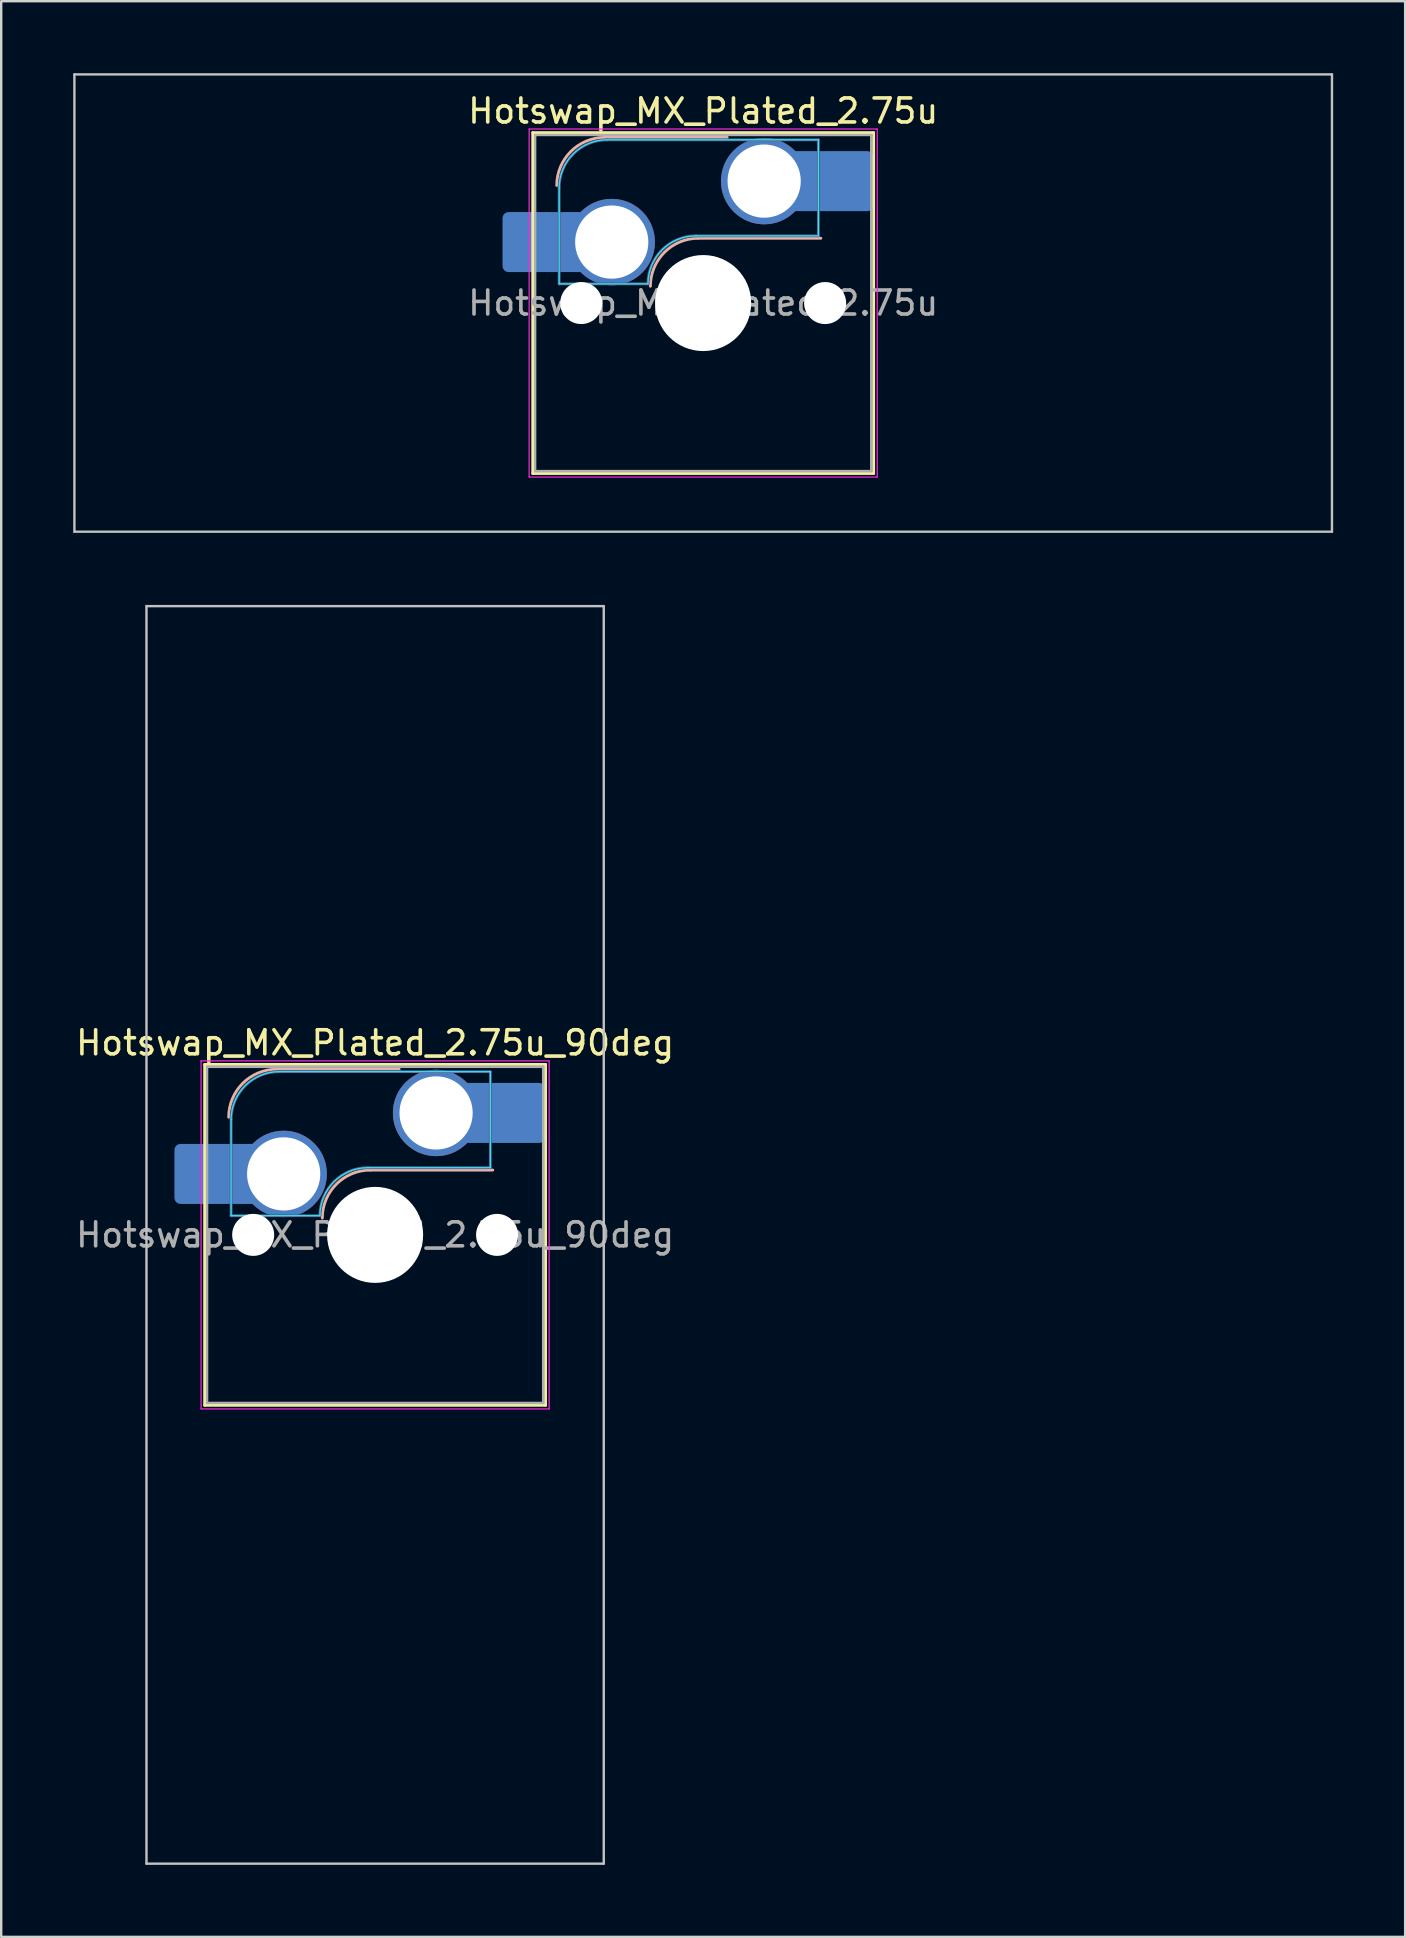
<source format=kicad_pcb>
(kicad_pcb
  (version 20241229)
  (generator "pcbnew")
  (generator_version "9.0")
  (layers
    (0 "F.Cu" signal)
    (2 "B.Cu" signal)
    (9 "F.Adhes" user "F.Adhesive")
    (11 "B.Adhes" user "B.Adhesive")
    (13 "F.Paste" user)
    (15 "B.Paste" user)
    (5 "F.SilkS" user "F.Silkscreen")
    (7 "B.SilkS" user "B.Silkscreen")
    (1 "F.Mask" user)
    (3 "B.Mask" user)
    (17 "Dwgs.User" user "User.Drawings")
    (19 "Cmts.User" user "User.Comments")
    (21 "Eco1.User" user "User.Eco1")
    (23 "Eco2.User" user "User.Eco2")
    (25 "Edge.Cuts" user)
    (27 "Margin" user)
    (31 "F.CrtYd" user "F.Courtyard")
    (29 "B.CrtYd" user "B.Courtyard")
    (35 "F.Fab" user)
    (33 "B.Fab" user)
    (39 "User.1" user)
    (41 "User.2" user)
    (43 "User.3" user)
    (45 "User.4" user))
  (footprint "Hotswap_MX_Plated_2.75u_90deg"
    (layer "F.Cu")
    (at 12.577 48.394)
    (property "Reference" "Hotswap_MX_Plated_2.75u_90deg" (at 0 -8 0) (layer "F.SilkS") (effects (font (size 1 1) (thickness 0.15))))
    (attr smd)
    (fp_line (start -7.1 -7.1) (end -7.1 7.1) (stroke (width 0.12) (type solid)) (layer "F.SilkS"))
    (fp_line (start -7.1 7.1) (end 7.1 7.1) (stroke (width 0.12) (type solid)) (layer "F.SilkS"))
    (fp_line (start 7.1 -7.1) (end -7.1 -7.1) (stroke (width 0.12) (type solid)) (layer "F.SilkS"))
    (fp_line (start 7.1 7.1) (end 7.1 -7.1) (stroke (width 0.12) (type solid)) (layer "F.SilkS"))
    (fp_line (start -4.1 -6.9) (end 1 -6.9) (stroke (width 0.12) (type solid)) (layer "B.SilkS"))
    (fp_line (start -0.2 -2.7) (end 4.9 -2.7) (stroke (width 0.12) (type solid)) (layer "B.SilkS"))
    (fp_arc (start -6.1 -4.9) (mid -5.514214 -6.314214) (end -4.1 -6.9) (stroke (width 0.12) (type solid)) (layer "B.SilkS"))
    (fp_arc (start -2.2 -0.7) (mid -1.614214 -2.114214) (end -0.2 -2.7) (stroke (width 0.12) (type solid)) (layer "B.SilkS"))
    (fp_line (start -9.525 -26.194) (end 9.525 -26.194) (stroke (width 0.1) (type solid)) (layer "Dwgs.User"))
    (fp_line (start -9.525 26.194) (end -9.525 -26.194) (stroke (width 0.1) (type solid)) (layer "Dwgs.User"))
    (fp_line (start 9.525 -26.194) (end 9.525 26.194) (stroke (width 0.1) (type solid)) (layer "Dwgs.User"))
    (fp_line (start 9.525 26.194) (end -9.525 26.194) (stroke (width 0.1) (type solid)) (layer "Dwgs.User"))
    (fp_line (start -7.8 -6) (end -7 -6) (stroke (width 0.1) (type solid)) (layer "Eco1.User"))
    (fp_line (start -7.8 -2.9) (end -7.8 -6) (stroke (width 0.1) (type solid)) (layer "Eco1.User"))
    (fp_line (start -7.8 2.9) (end -7 2.9) (stroke (width 0.1) (type solid)) (layer "Eco1.User"))
    (fp_line (start -7.8 6) (end -7.8 2.9) (stroke (width 0.1) (type solid)) (layer "Eco1.User"))
    (fp_line (start -7 -7) (end 7 -7) (stroke (width 0.1) (type solid)) (layer "Eco1.User"))
    (fp_line (start -7 -6) (end -7 -7) (stroke (width 0.1) (type solid)) (layer "Eco1.User"))
    (fp_line (start -7 -2.9) (end -7.8 -2.9) (stroke (width 0.1) (type solid)) (layer "Eco1.User"))
    (fp_line (start -7 2.9) (end -7 -2.9) (stroke (width 0.1) (type solid)) (layer "Eco1.User"))
    (fp_line (start -7 6) (end -7.8 6) (stroke (width 0.1) (type solid)) (layer "Eco1.User"))
    (fp_line (start -7 7) (end -7 6) (stroke (width 0.1) (type solid)) (layer "Eco1.User"))
    (fp_line (start 7 -7) (end 7 -6) (stroke (width 0.1) (type solid)) (layer "Eco1.User"))
    (fp_line (start 7 -6) (end 7.8 -6) (stroke (width 0.1) (type solid)) (layer "Eco1.User"))
    (fp_line (start 7 -2.9) (end 7 2.9) (stroke (width 0.1) (type solid)) (layer "Eco1.User"))
    (fp_line (start 7 2.9) (end 7.8 2.9) (stroke (width 0.1) (type solid)) (layer "Eco1.User"))
    (fp_line (start 7 6) (end 7 7) (stroke (width 0.1) (type solid)) (layer "Eco1.User"))
    (fp_line (start 7 7) (end -7 7) (stroke (width 0.1) (type solid)) (layer "Eco1.User"))
    (fp_line (start 7.8 -6) (end 7.8 -2.9) (stroke (width 0.1) (type solid)) (layer "Eco1.User"))
    (fp_line (start 7.8 -2.9) (end 7 -2.9) (stroke (width 0.1) (type solid)) (layer "Eco1.User"))
    (fp_line (start 7.8 2.9) (end 7.8 6) (stroke (width 0.1) (type solid)) (layer "Eco1.User"))
    (fp_line (start 7.8 6) (end 7 6) (stroke (width 0.1) (type solid)) (layer "Eco1.User"))
    (fp_line (start -6 -0.8) (end -6 -4.8) (stroke (width 0.05) (type solid)) (layer "B.CrtYd"))
    (fp_line (start -6 -0.8) (end -2.3 -0.8) (stroke (width 0.05) (type solid)) (layer "B.CrtYd"))
    (fp_line (start -4 -6.8) (end 4.8 -6.8) (stroke (width 0.05) (type solid)) (layer "B.CrtYd"))
    (fp_line (start -0.3 -2.8) (end 4.8 -2.8) (stroke (width 0.05) (type solid)) (layer "B.CrtYd"))
    (fp_line (start 4.8 -6.8) (end 4.8 -2.8) (stroke (width 0.05) (type solid)) (layer "B.CrtYd"))
    (fp_arc (start -6 -4.8) (mid -5.414214 -6.214214) (end -4 -6.8) (stroke (width 0.05) (type solid)) (layer "B.CrtYd"))
    (fp_arc (start -2.3 -0.8) (mid -1.714214 -2.214214) (end -0.3 -2.8) (stroke (width 0.05) (type solid)) (layer "B.CrtYd"))
    (fp_line (start -7.25 -7.25) (end -7.25 7.25) (stroke (width 0.05) (type solid)) (layer "F.CrtYd"))
    (fp_line (start -7.25 7.25) (end 7.25 7.25) (stroke (width 0.05) (type solid)) (layer "F.CrtYd"))
    (fp_line (start 7.25 -7.25) (end -7.25 -7.25) (stroke (width 0.05) (type solid)) (layer "F.CrtYd"))
    (fp_line (start 7.25 7.25) (end 7.25 -7.25) (stroke (width 0.05) (type solid)) (layer "F.CrtYd"))
    (fp_line (start -6 -0.8) (end -6 -4.8) (stroke (width 0.12) (type solid)) (layer "B.Fab"))
    (fp_line (start -6 -0.8) (end -2.3 -0.8) (stroke (width 0.12) (type solid)) (layer "B.Fab"))
    (fp_line (start -4 -6.8) (end 4.8 -6.8) (stroke (width 0.12) (type solid)) (layer "B.Fab"))
    (fp_line (start -0.3 -2.8) (end 4.8 -2.8) (stroke (width 0.12) (type solid)) (layer "B.Fab"))
    (fp_line (start 4.8 -6.8) (end 4.8 -2.8) (stroke (width 0.12) (type solid)) (layer "B.Fab"))
    (fp_arc (start -6 -4.8) (mid -5.414214 -6.214214) (end -4 -6.8) (stroke (width 0.12) (type solid)) (layer "B.Fab"))
    (fp_arc (start -2.3 -0.8) (mid -1.714214 -2.214214) (end -0.3 -2.8) (stroke (width 0.12) (type solid)) (layer "B.Fab"))
    (fp_line (start -7 -7) (end -7 7) (stroke (width 0.1) (type solid)) (layer "F.Fab"))
    (fp_line (start -7 7) (end 7 7) (stroke (width 0.1) (type solid)) (layer "F.Fab"))
    (fp_line (start 7 -7) (end -7 -7) (stroke (width 0.1) (type solid)) (layer "F.Fab"))
    (fp_line (start 7 7) (end 7 -7) (stroke (width 0.1) (type solid)) (layer "F.Fab"))
    (fp_text user "${REFERENCE}" (at 0 0 0) (layer "F.Fab") (effects (font (size 1 1) (thickness 0.15))))
    (pad "" smd roundrect (at -7.085 -2.54) (size 2.55 2.5) (layers "B.Mask" "B.Paste") (roundrect_rratio 0.1))
    (pad "" np_thru_hole circle (at -5.08 0) (size 1.75 1.75) (drill 1.75) (layers "*.Cu" "*.Mask"))
    (pad "" np_thru_hole circle (at 0 0) (size 4 4) (drill 4) (layers "*.Cu" "*.Mask"))
    (pad "" np_thru_hole circle (at 5.08 0) (size 1.75 1.75) (drill 1.75) (layers "*.Cu" "*.Mask"))
    (pad "" smd roundrect (at 5.842 -5.08) (size 2.55 2.5) (layers "B.Mask" "B.Paste") (roundrect_rratio 0.1))
    (pad "1" smd roundrect (at -6.585 -2.54) (size 3.55 2.5) (layers "B.Cu") (roundrect_rratio 0.1))
    (pad "1" thru_hole circle (at -3.81 -2.54) (size 3.6 3.6) (drill 3.05) (layers "*.Cu" "*.Mask"))
    (pad "2" thru_hole circle (at 2.54 -5.08) (size 3.6 3.6) (drill 3.05) (layers "*.Cu" "*.Mask"))
    (pad "2" smd roundrect (at 5.32 -5.08) (size 3.55 2.5) (layers "B.Cu") (roundrect_rratio 0.1)))
  (footprint "Hotswap_MX_Plated_2.75u"
    (layer "F.Cu")
    (at 26.244 9.575)
    (property "Reference" "Hotswap_MX_Plated_2.75u" (at 0 -8 0) (layer "F.SilkS") (effects (font (size 1 1) (thickness 0.15))))
    (attr smd)
    (fp_line (start -7.1 -7.1) (end -7.1 7.1) (stroke (width 0.12) (type solid)) (layer "F.SilkS"))
    (fp_line (start -7.1 7.1) (end 7.1 7.1) (stroke (width 0.12) (type solid)) (layer "F.SilkS"))
    (fp_line (start 7.1 -7.1) (end -7.1 -7.1) (stroke (width 0.12) (type solid)) (layer "F.SilkS"))
    (fp_line (start 7.1 7.1) (end 7.1 -7.1) (stroke (width 0.12) (type solid)) (layer "F.SilkS"))
    (fp_line (start -4.1 -6.9) (end 1 -6.9) (stroke (width 0.12) (type solid)) (layer "B.SilkS"))
    (fp_line (start -0.2 -2.7) (end 4.9 -2.7) (stroke (width 0.12) (type solid)) (layer "B.SilkS"))
    (fp_arc (start -6.1 -4.9) (mid -5.514214 -6.314214) (end -4.1 -6.9) (stroke (width 0.12) (type solid)) (layer "B.SilkS"))
    (fp_arc (start -2.2 -0.7) (mid -1.614214 -2.114214) (end -0.2 -2.7) (stroke (width 0.12) (type solid)) (layer "B.SilkS"))
    (fp_line (start -26.194 -9.525) (end -26.194 9.525) (stroke (width 0.1) (type solid)) (layer "Dwgs.User"))
    (fp_line (start -26.194 9.525) (end 26.194 9.525) (stroke (width 0.1) (type solid)) (layer "Dwgs.User"))
    (fp_line (start 26.194 -9.525) (end -26.194 -9.525) (stroke (width 0.1) (type solid)) (layer "Dwgs.User"))
    (fp_line (start 26.194 9.525) (end 26.194 -9.525) (stroke (width 0.1) (type solid)) (layer "Dwgs.User"))
    (fp_line (start -7.8 -6) (end -7 -6) (stroke (width 0.1) (type solid)) (layer "Eco1.User"))
    (fp_line (start -7.8 -2.9) (end -7.8 -6) (stroke (width 0.1) (type solid)) (layer "Eco1.User"))
    (fp_line (start -7.8 2.9) (end -7 2.9) (stroke (width 0.1) (type solid)) (layer "Eco1.User"))
    (fp_line (start -7.8 6) (end -7.8 2.9) (stroke (width 0.1) (type solid)) (layer "Eco1.User"))
    (fp_line (start -7 -7) (end 7 -7) (stroke (width 0.1) (type solid)) (layer "Eco1.User"))
    (fp_line (start -7 -6) (end -7 -7) (stroke (width 0.1) (type solid)) (layer "Eco1.User"))
    (fp_line (start -7 -2.9) (end -7.8 -2.9) (stroke (width 0.1) (type solid)) (layer "Eco1.User"))
    (fp_line (start -7 2.9) (end -7 -2.9) (stroke (width 0.1) (type solid)) (layer "Eco1.User"))
    (fp_line (start -7 6) (end -7.8 6) (stroke (width 0.1) (type solid)) (layer "Eco1.User"))
    (fp_line (start -7 7) (end -7 6) (stroke (width 0.1) (type solid)) (layer "Eco1.User"))
    (fp_line (start 7 -7) (end 7 -6) (stroke (width 0.1) (type solid)) (layer "Eco1.User"))
    (fp_line (start 7 -6) (end 7.8 -6) (stroke (width 0.1) (type solid)) (layer "Eco1.User"))
    (fp_line (start 7 -2.9) (end 7 2.9) (stroke (width 0.1) (type solid)) (layer "Eco1.User"))
    (fp_line (start 7 2.9) (end 7.8 2.9) (stroke (width 0.1) (type solid)) (layer "Eco1.User"))
    (fp_line (start 7 6) (end 7 7) (stroke (width 0.1) (type solid)) (layer "Eco1.User"))
    (fp_line (start 7 7) (end -7 7) (stroke (width 0.1) (type solid)) (layer "Eco1.User"))
    (fp_line (start 7.8 -6) (end 7.8 -2.9) (stroke (width 0.1) (type solid)) (layer "Eco1.User"))
    (fp_line (start 7.8 -2.9) (end 7 -2.9) (stroke (width 0.1) (type solid)) (layer "Eco1.User"))
    (fp_line (start 7.8 2.9) (end 7.8 6) (stroke (width 0.1) (type solid)) (layer "Eco1.User"))
    (fp_line (start 7.8 6) (end 7 6) (stroke (width 0.1) (type solid)) (layer "Eco1.User"))
    (fp_line (start -6 -0.8) (end -6 -4.8) (stroke (width 0.05) (type solid)) (layer "B.CrtYd"))
    (fp_line (start -6 -0.8) (end -2.3 -0.8) (stroke (width 0.05) (type solid)) (layer "B.CrtYd"))
    (fp_line (start -4 -6.8) (end 4.8 -6.8) (stroke (width 0.05) (type solid)) (layer "B.CrtYd"))
    (fp_line (start -0.3 -2.8) (end 4.8 -2.8) (stroke (width 0.05) (type solid)) (layer "B.CrtYd"))
    (fp_line (start 4.8 -6.8) (end 4.8 -2.8) (stroke (width 0.05) (type solid)) (layer "B.CrtYd"))
    (fp_arc (start -6 -4.8) (mid -5.414214 -6.214214) (end -4 -6.8) (stroke (width 0.05) (type solid)) (layer "B.CrtYd"))
    (fp_arc (start -2.3 -0.8) (mid -1.714214 -2.214214) (end -0.3 -2.8) (stroke (width 0.05) (type solid)) (layer "B.CrtYd"))
    (fp_line (start -7.25 -7.25) (end -7.25 7.25) (stroke (width 0.05) (type solid)) (layer "F.CrtYd"))
    (fp_line (start -7.25 7.25) (end 7.25 7.25) (stroke (width 0.05) (type solid)) (layer "F.CrtYd"))
    (fp_line (start 7.25 -7.25) (end -7.25 -7.25) (stroke (width 0.05) (type solid)) (layer "F.CrtYd"))
    (fp_line (start 7.25 7.25) (end 7.25 -7.25) (stroke (width 0.05) (type solid)) (layer "F.CrtYd"))
    (fp_line (start -6 -0.8) (end -6 -4.8) (stroke (width 0.12) (type solid)) (layer "B.Fab"))
    (fp_line (start -6 -0.8) (end -2.3 -0.8) (stroke (width 0.12) (type solid)) (layer "B.Fab"))
    (fp_line (start -4 -6.8) (end 4.8 -6.8) (stroke (width 0.12) (type solid)) (layer "B.Fab"))
    (fp_line (start -0.3 -2.8) (end 4.8 -2.8) (stroke (width 0.12) (type solid)) (layer "B.Fab"))
    (fp_line (start 4.8 -6.8) (end 4.8 -2.8) (stroke (width 0.12) (type solid)) (layer "B.Fab"))
    (fp_arc (start -6 -4.8) (mid -5.414214 -6.214214) (end -4 -6.8) (stroke (width 0.12) (type solid)) (layer "B.Fab"))
    (fp_arc (start -2.3 -0.8) (mid -1.714214 -2.214214) (end -0.3 -2.8) (stroke (width 0.12) (type solid)) (layer "B.Fab"))
    (fp_line (start -7 -7) (end -7 7) (stroke (width 0.1) (type solid)) (layer "F.Fab"))
    (fp_line (start -7 7) (end 7 7) (stroke (width 0.1) (type solid)) (layer "F.Fab"))
    (fp_line (start 7 -7) (end -7 -7) (stroke (width 0.1) (type solid)) (layer "F.Fab"))
    (fp_line (start 7 7) (end 7 -7) (stroke (width 0.1) (type solid)) (layer "F.Fab"))
    (fp_text user "${REFERENCE}" (at 0 0 0) (layer "F.Fab") (effects (font (size 1 1) (thickness 0.15))))
    (pad "" smd roundrect (at -7.085 -2.54) (size 2.55 2.5) (layers "B.Mask" "B.Paste") (roundrect_rratio 0.1))
    (pad "" np_thru_hole circle (at -5.08 0) (size 1.75 1.75) (drill 1.75) (layers "*.Cu" "*.Mask"))
    (pad "" np_thru_hole circle (at 0 0) (size 4 4) (drill 4) (layers "*.Cu" "*.Mask"))
    (pad "" np_thru_hole circle (at 5.08 0) (size 1.75 1.75) (drill 1.75) (layers "*.Cu" "*.Mask"))
    (pad "" smd roundrect (at 5.842 -5.08) (size 2.55 2.5) (layers "B.Mask" "B.Paste") (roundrect_rratio 0.1))
    (pad "1" smd roundrect (at -6.585 -2.54) (size 3.55 2.5) (layers "B.Cu") (roundrect_rratio 0.1))
    (pad "1" thru_hole circle (at -3.81 -2.54) (size 3.6 3.6) (drill 3.05) (layers "*.Cu" "*.Mask"))
    (pad "2" thru_hole circle (at 2.54 -5.08) (size 3.6 3.6) (drill 3.05) (layers "*.Cu" "*.Mask"))
    (pad "2" smd roundrect (at 5.32 -5.08) (size 3.55 2.5) (layers "B.Cu") (roundrect_rratio 0.1)))
  (gr_rect
    (start -3 -3)
    (end 55.487 77.638)
    (stroke (width 0.1) (type default))
    (fill no)
    (layer "Edge.Cuts")))
</source>
